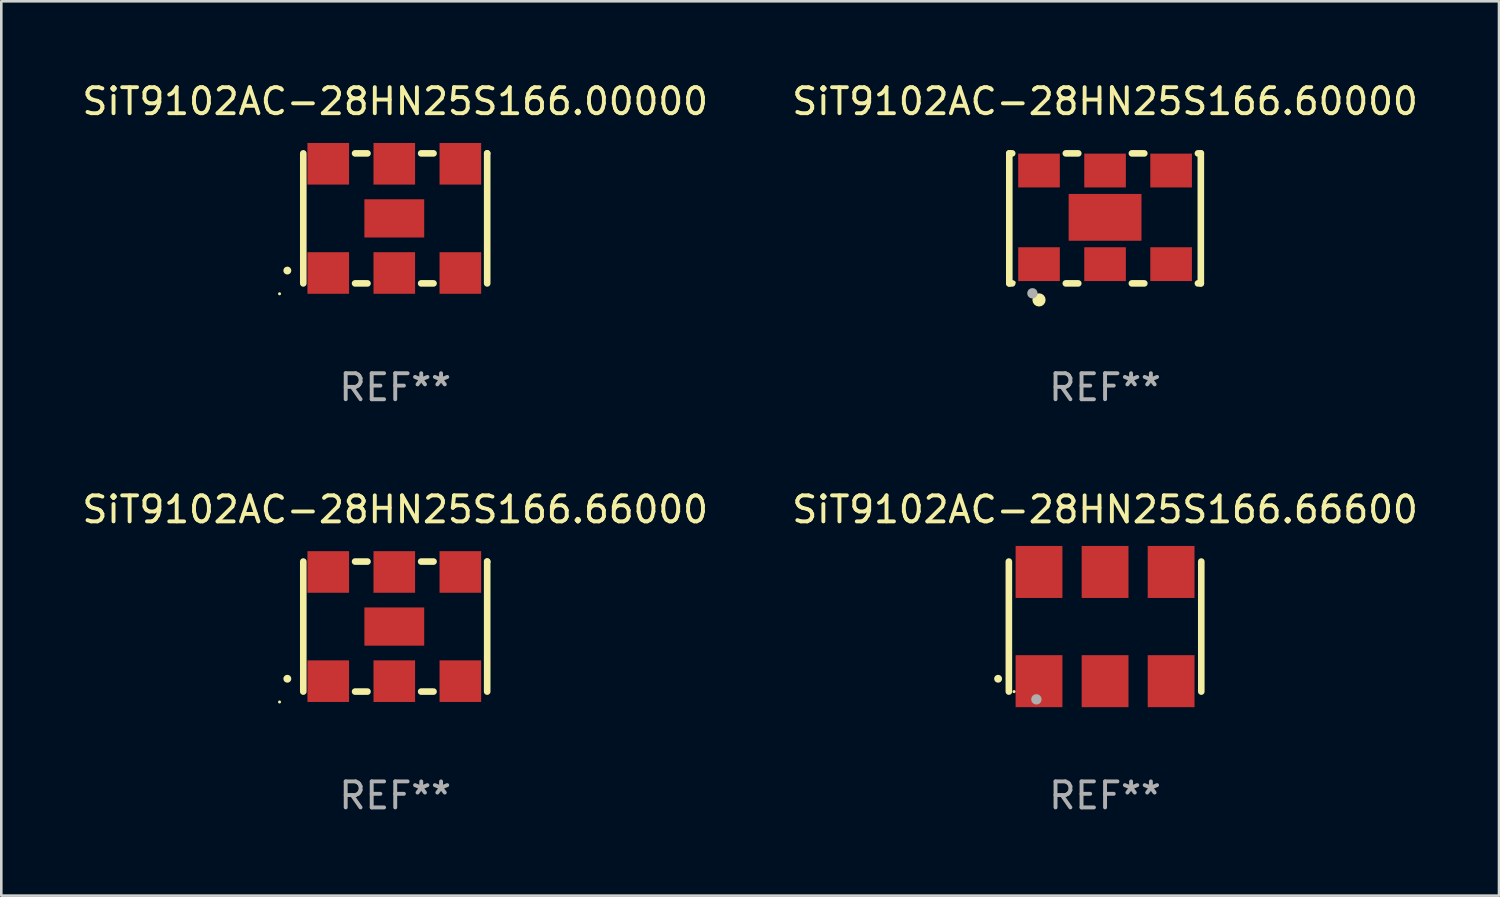
<source format=kicad_pcb>
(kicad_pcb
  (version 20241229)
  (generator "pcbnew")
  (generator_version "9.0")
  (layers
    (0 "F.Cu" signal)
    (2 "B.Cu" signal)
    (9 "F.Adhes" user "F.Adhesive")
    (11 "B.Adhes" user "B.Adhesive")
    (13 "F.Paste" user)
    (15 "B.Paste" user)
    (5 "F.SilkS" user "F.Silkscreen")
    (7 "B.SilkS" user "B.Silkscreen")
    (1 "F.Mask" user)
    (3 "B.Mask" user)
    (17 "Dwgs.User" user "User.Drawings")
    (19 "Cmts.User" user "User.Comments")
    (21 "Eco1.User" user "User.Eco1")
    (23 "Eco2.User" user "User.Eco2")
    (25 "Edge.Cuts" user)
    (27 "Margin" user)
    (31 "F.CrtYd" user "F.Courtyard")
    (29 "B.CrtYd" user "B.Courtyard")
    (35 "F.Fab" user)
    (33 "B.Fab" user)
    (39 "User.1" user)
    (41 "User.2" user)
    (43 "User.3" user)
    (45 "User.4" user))
  (footprint "SiT9102AC-28HN25S166.66000"
    (layer "F.Cu")
    (at 12.149 21.045)
    (property "Reference" "SiT9102AC-28HN25S166.66000" (at 0 -4.5 0) (layer "F.SilkS") (effects (font (size 1 1) (thickness 0.15))))
    (attr through_hole)
    (fp_line (start -3.536 -2.5) (end -3.536 2.5) (stroke (width 0.254) (type solid)) (layer "F.SilkS"))
    (fp_line (start -1.544 2.5) (end -1.067 2.5) (stroke (width 0.254) (type solid)) (layer "F.SilkS"))
    (fp_line (start -1.067 -2.5) (end -1.544 -2.5) (stroke (width 0.254) (type solid)) (layer "F.SilkS"))
    (fp_line (start 0.996 2.5) (end 1.473 2.5) (stroke (width 0.254) (type solid)) (layer "F.SilkS"))
    (fp_line (start 1.473 -2.5) (end 0.996 -2.5) (stroke (width 0.254) (type solid)) (layer "F.SilkS"))
    (fp_line (start 3.536 -2.5) (end 3.536 -2.5) (stroke (width 0.254) (type solid)) (layer "F.SilkS"))
    (fp_line (start 3.536 2.5) (end 3.536 -2.5) (stroke (width 0.254) (type solid)) (layer "F.SilkS"))
    (fp_arc (start -4.150432 2.006604) (mid -4.149162 2.006599) (end -4.147892 2.006604) (stroke (width 0.3) (type solid)) (layer "F.SilkS"))
    (fp_circle (center -4.449 2.9) (end -4.419 2.9) (stroke (width 0.06) (type solid)) (fill no) (layer "F.SilkS"))
    (fp_text user "REF**" (at 0 6.5 0) (layer "F.Fab") (effects (font (size 1 1) (thickness 0.15))))
    (pad "1" smd rect (at -2.576 2.1) (size 1.6 1.6) (layers "F.Cu" "F.Mask" "F.Paste"))
    (pad "2" smd rect (at -0.036 2.1) (size 1.6 1.6) (layers "F.Cu" "F.Mask" "F.Paste"))
    (pad "3" smd rect (at 2.504 2.1) (size 1.6 1.6) (layers "F.Cu" "F.Mask" "F.Paste"))
    (pad "4" smd rect (at 2.504 -2.1) (size 1.6 1.6) (layers "F.Cu" "F.Mask" "F.Paste"))
    (pad "5" smd rect (at -0.036 -2.1) (size 1.6 1.6) (layers "F.Cu" "F.Mask" "F.Paste"))
    (pad "6" smd rect (at -2.576 -2.1) (size 1.6 1.6) (layers "F.Cu" "F.Mask" "F.Paste"))
    (pad "7" smd rect (at -0.036 0) (size 2.3 1.47) (layers "F.Cu" "F.Mask" "F.Paste")))
  (footprint "SiT9102AC-28HN25S166.00000"
    (layer "F.Cu")
    (at 12.149 5.348)
    (property "Reference" "SiT9102AC-28HN25S166.00000" (at 0 -4.5 0) (layer "F.SilkS") (effects (font (size 1 1) (thickness 0.15))))
    (attr through_hole)
    (fp_line (start -3.536 -2.5) (end -3.536 2.5) (stroke (width 0.254) (type solid)) (layer "F.SilkS"))
    (fp_line (start -1.544 2.5) (end -1.067 2.5) (stroke (width 0.254) (type solid)) (layer "F.SilkS"))
    (fp_line (start -1.067 -2.5) (end -1.544 -2.5) (stroke (width 0.254) (type solid)) (layer "F.SilkS"))
    (fp_line (start 0.996 2.5) (end 1.473 2.5) (stroke (width 0.254) (type solid)) (layer "F.SilkS"))
    (fp_line (start 1.473 -2.5) (end 0.996 -2.5) (stroke (width 0.254) (type solid)) (layer "F.SilkS"))
    (fp_line (start 3.536 -2.5) (end 3.536 -2.5) (stroke (width 0.254) (type solid)) (layer "F.SilkS"))
    (fp_line (start 3.536 2.5) (end 3.536 -2.5) (stroke (width 0.254) (type solid)) (layer "F.SilkS"))
    (fp_arc (start -4.150432 2.006604) (mid -4.149162 2.006599) (end -4.147892 2.006604) (stroke (width 0.3) (type solid)) (layer "F.SilkS"))
    (fp_circle (center -4.449 2.9) (end -4.419 2.9) (stroke (width 0.06) (type solid)) (fill no) (layer "F.SilkS"))
    (fp_text user "REF**" (at 0 6.5 0) (layer "F.Fab") (effects (font (size 1 1) (thickness 0.15))))
    (pad "1" smd rect (at -2.576 2.1) (size 1.6 1.6) (layers "F.Cu" "F.Mask" "F.Paste"))
    (pad "2" smd rect (at -0.036 2.1) (size 1.6 1.6) (layers "F.Cu" "F.Mask" "F.Paste"))
    (pad "3" smd rect (at 2.504 2.1) (size 1.6 1.6) (layers "F.Cu" "F.Mask" "F.Paste"))
    (pad "4" smd rect (at 2.504 -2.1) (size 1.6 1.6) (layers "F.Cu" "F.Mask" "F.Paste"))
    (pad "5" smd rect (at -0.036 -2.1) (size 1.6 1.6) (layers "F.Cu" "F.Mask" "F.Paste"))
    (pad "6" smd rect (at -2.576 -2.1) (size 1.6 1.6) (layers "F.Cu" "F.Mask" "F.Paste"))
    (pad "7" smd rect (at -0.036 0) (size 2.3 1.47) (layers "F.Cu" "F.Mask" "F.Paste")))
  (footprint "SiT9102AC-28HN25S166.60000"
    (layer "F.Cu")
    (at 39.446 5.348)
    (property "Reference" "SiT9102AC-28HN25S166.60000" (at 0 -4.5 0) (layer "F.SilkS") (effects (font (size 1 1) (thickness 0.15))))
    (attr through_hole)
    (fp_line (start -3.683 -2.5) (end -3.571 -2.5) (stroke (width 0.254) (type solid)) (layer "F.SilkS"))
    (fp_line (start -3.683 2.5) (end -3.683 -2.5) (stroke (width 0.254) (type solid)) (layer "F.SilkS"))
    (fp_line (start -3.683 2.5) (end -3.571 2.5) (stroke (width 0.254) (type solid)) (layer "F.SilkS"))
    (fp_line (start -1.509 -2.5) (end -1.031 -2.5) (stroke (width 0.254) (type solid)) (layer "F.SilkS"))
    (fp_line (start -1.509 2.5) (end -1.031 2.5) (stroke (width 0.254) (type solid)) (layer "F.SilkS"))
    (fp_line (start 1.031 -2.5) (end 1.509 -2.5) (stroke (width 0.254) (type solid)) (layer "F.SilkS"))
    (fp_line (start 1.031 2.5) (end 1.509 2.5) (stroke (width 0.254) (type solid)) (layer "F.SilkS"))
    (fp_line (start 3.571 -2.5) (end 3.683 -2.5) (stroke (width 0.254) (type solid)) (layer "F.SilkS"))
    (fp_line (start 3.571 2.5) (end 3.683 2.5) (stroke (width 0.254) (type solid)) (layer "F.SilkS"))
    (fp_line (start 3.683 2.5) (end 3.683 -2.5) (stroke (width 0.254) (type solid)) (layer "F.SilkS"))
    (fp_circle (center -3.5 2.46) (end -3.47 2.46) (stroke (width 0.06) (type solid)) (fill no) (layer "F.SilkS"))
    (fp_circle (center -2.54 3.135) (end -2.413 3.135) (stroke (width 0.254) (type solid)) (fill no) (layer "F.SilkS"))
    (fp_circle (center -2.794 2.881) (end -2.694 2.881) (stroke (width 0.2) (type solid)) (fill no) (layer "F.Fab"))
    (fp_text user "REF**" (at 0 6.5 0) (layer "F.Fab") (effects (font (size 1 1) (thickness 0.15))))
    (pad "1" smd rect (at -2.54 1.76) (size 1.6 1.3) (layers "F.Cu" "F.Mask" "F.Paste"))
    (pad "2" smd rect (at 0 1.76) (size 1.6 1.3) (layers "F.Cu" "F.Mask" "F.Paste"))
    (pad "3" smd rect (at 2.54 1.76) (size 1.6 1.3) (layers "F.Cu" "F.Mask" "F.Paste"))
    (pad "4" smd rect (at 2.54 -1.84) (size 1.6 1.3) (layers "F.Cu" "F.Mask" "F.Paste"))
    (pad "5" smd rect (at 0 -1.84) (size 1.6 1.3) (layers "F.Cu" "F.Mask" "F.Paste"))
    (pad "6" smd rect (at -2.54 -1.84) (size 1.6 1.3) (layers "F.Cu" "F.Mask" "F.Paste"))
    (pad "7" smd rect (at 0 -0.04) (size 2.8 1.8) (layers "F.Cu" "F.Mask" "F.Paste")))
  (footprint "SiT9102AC-28HN25S166.66600"
    (layer "F.Cu")
    (at 39.446 21.045)
    (property "Reference" "SiT9102AC-28HN25S166.66600" (at 0 -4.5 0) (layer "F.SilkS") (effects (font (size 1 1) (thickness 0.15))))
    (attr through_hole)
    (fp_line (start -3.7 -2.5) (end -3.7 2.5) (stroke (width 0.254) (type solid)) (layer "F.SilkS"))
    (fp_line (start 3.7 -2.5) (end 3.7 2.5) (stroke (width 0.254) (type solid)) (layer "F.SilkS"))
    (fp_arc (start -4.114415 2.006604) (mid -4.113145 2.006599) (end -4.111875 2.006604) (stroke (width 0.3) (type solid)) (layer "F.SilkS"))
    (fp_circle (center -3.5 2.501) (end -3.47 2.501) (stroke (width 0.06) (type solid)) (fill no) (layer "F.SilkS"))
    (fp_circle (center -2.641 2.799) (end -2.541 2.799) (stroke (width 0.2) (type solid)) (fill no) (layer "F.Fab"))
    (fp_text user "REF**" (at 0 6.5 0) (layer "F.Fab") (effects (font (size 1 1) (thickness 0.15))))
    (pad "1" smd rect (at -2.54 2.1) (size 1.8 2) (layers "F.Cu" "F.Mask" "F.Paste"))
    (pad "2" smd rect (at 0.000394 2.1) (size 1.8 2) (layers "F.Cu" "F.Mask" "F.Paste"))
    (pad "3" smd rect (at 2.54 2.1) (size 1.8 2) (layers "F.Cu" "F.Mask" "F.Paste"))
    (pad "4" smd rect (at 2.54 -2.1) (size 1.8 2) (layers "F.Cu" "F.Mask" "F.Paste"))
    (pad "5" smd rect (at 0.000394 -2.1) (size 1.8 2) (layers "F.Cu" "F.Mask" "F.Paste"))
    (pad "6" smd rect (at -2.54 -2.1) (size 1.8 2) (layers "F.Cu" "F.Mask" "F.Paste")))
  (gr_rect
    (start -3 -3)
    (end 54.595 31.393)
    (stroke (width 0.1) (type default))
    (fill no)
    (layer "Edge.Cuts")))
</source>
